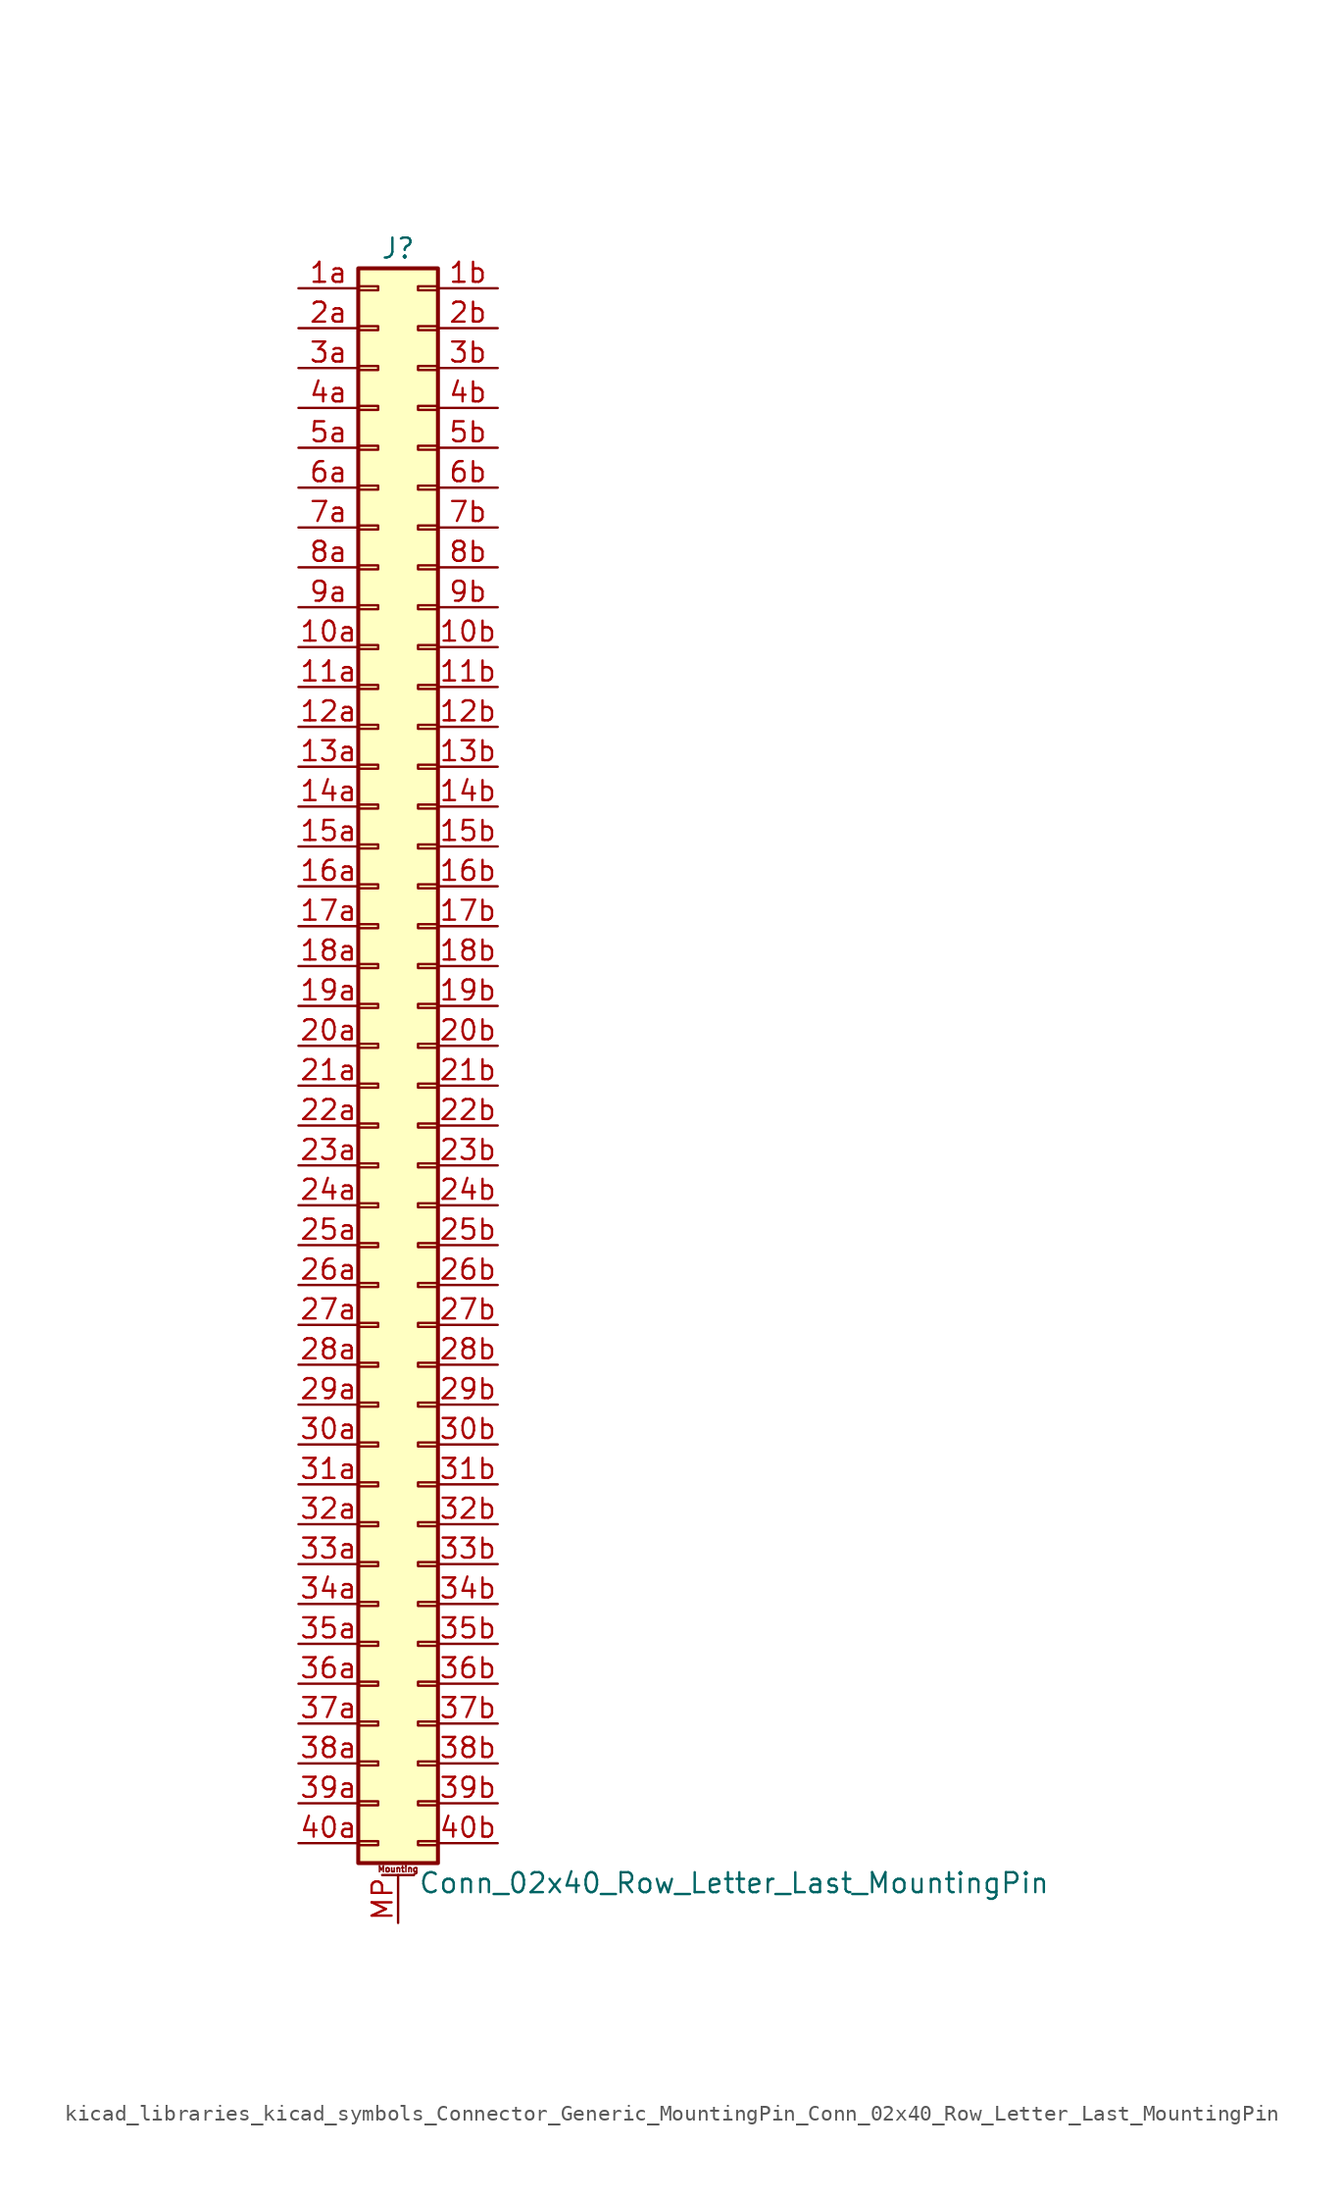
<source format=kicad_sym>
(kicad_symbol_lib
  (version 20220914)
  (generator kicad_symbol_editor)
  (symbol "kicad_libraries_kicad_symbols_Connector_Generic_MountingPin_Conn_02x40_Row_Letter_Last_MountingPin"
    (pin_names
      (offset 1.016) hide)
    (property "Reference" "J"
      (at 1.27 50.8 0)
      (effects (font (size 1.27 1.27))))
    (property "Value" "Conn_02x40_Row_Letter_Last_MountingPin"
      (at 2.54 -53.34 0)
      (effects (font (size 1.27 1.27)) (justify left)))
    (symbol "kicad_libraries_kicad_symbols_Connector_Generic_MountingPin_Conn_02x40_Row_Letter_Last_MountingPin_1_1"
      (rectangle (start -1.27 -50.673) (end 0 -50.927) (stroke (width 0.152) (type default)) (fill (type none)))
      (rectangle (start -1.27 -48.133) (end 0 -48.387) (stroke (width 0.152) (type default)) (fill (type none)))
      (rectangle (start -1.27 -45.593) (end 0 -45.847) (stroke (width 0.152) (type default)) (fill (type none)))
      (rectangle (start -1.27 -43.053) (end 0 -43.307) (stroke (width 0.152) (type default)) (fill (type none)))
      (rectangle (start -1.27 -40.513) (end 0 -40.767) (stroke (width 0.152) (type default)) (fill (type none)))
      (rectangle (start -1.27 -37.973) (end 0 -38.227) (stroke (width 0.152) (type default)) (fill (type none)))
      (rectangle (start -1.27 -35.433) (end 0 -35.687) (stroke (width 0.152) (type default)) (fill (type none)))
      (rectangle (start -1.27 -32.893) (end 0 -33.147) (stroke (width 0.152) (type default)) (fill (type none)))
      (rectangle (start -1.27 -30.353) (end 0 -30.607) (stroke (width 0.152) (type default)) (fill (type none)))
      (rectangle (start -1.27 -27.813) (end 0 -28.067) (stroke (width 0.152) (type default)) (fill (type none)))
      (rectangle (start -1.27 -25.273) (end 0 -25.527) (stroke (width 0.152) (type default)) (fill (type none)))
      (rectangle (start -1.27 -22.733) (end 0 -22.987) (stroke (width 0.152) (type default)) (fill (type none)))
      (rectangle (start -1.27 -20.193) (end 0 -20.447) (stroke (width 0.152) (type default)) (fill (type none)))
      (rectangle (start -1.27 -17.653) (end 0 -17.907) (stroke (width 0.152) (type default)) (fill (type none)))
      (rectangle (start -1.27 -15.113) (end 0 -15.367) (stroke (width 0.152) (type default)) (fill (type none)))
      (rectangle (start -1.27 -12.573) (end 0 -12.827) (stroke (width 0.152) (type default)) (fill (type none)))
      (rectangle (start -1.27 -10.033) (end 0 -10.287) (stroke (width 0.152) (type default)) (fill (type none)))
      (rectangle (start -1.27 -7.493) (end 0 -7.747) (stroke (width 0.152) (type default)) (fill (type none)))
      (rectangle (start -1.27 -4.953) (end 0 -5.207) (stroke (width 0.152) (type default)) (fill (type none)))
      (rectangle (start -1.27 -2.413) (end 0 -2.667) (stroke (width 0.152) (type default)) (fill (type none)))
      (rectangle (start -1.27 0.127) (end 0 -0.127) (stroke (width 0.152) (type default)) (fill (type none)))
      (rectangle (start -1.27 2.667) (end 0 2.413) (stroke (width 0.152) (type default)) (fill (type none)))
      (rectangle (start -1.27 5.207) (end 0 4.953) (stroke (width 0.152) (type default)) (fill (type none)))
      (rectangle (start -1.27 7.747) (end 0 7.493) (stroke (width 0.152) (type default)) (fill (type none)))
      (rectangle (start -1.27 10.287) (end 0 10.033) (stroke (width 0.152) (type default)) (fill (type none)))
      (rectangle (start -1.27 12.827) (end 0 12.573) (stroke (width 0.152) (type default)) (fill (type none)))
      (rectangle (start -1.27 15.367) (end 0 15.113) (stroke (width 0.152) (type default)) (fill (type none)))
      (rectangle (start -1.27 17.907) (end 0 17.653) (stroke (width 0.152) (type default)) (fill (type none)))
      (rectangle (start -1.27 20.447) (end 0 20.193) (stroke (width 0.152) (type default)) (fill (type none)))
      (rectangle (start -1.27 22.987) (end 0 22.733) (stroke (width 0.152) (type default)) (fill (type none)))
      (rectangle (start -1.27 25.527) (end 0 25.273) (stroke (width 0.152) (type default)) (fill (type none)))
      (rectangle (start -1.27 28.067) (end 0 27.813) (stroke (width 0.152) (type default)) (fill (type none)))
      (rectangle (start -1.27 30.607) (end 0 30.353) (stroke (width 0.152) (type default)) (fill (type none)))
      (rectangle (start -1.27 33.147) (end 0 32.893) (stroke (width 0.152) (type default)) (fill (type none)))
      (rectangle (start -1.27 35.687) (end 0 35.433) (stroke (width 0.152) (type default)) (fill (type none)))
      (rectangle (start -1.27 38.227) (end 0 37.973) (stroke (width 0.152) (type default)) (fill (type none)))
      (rectangle (start -1.27 40.767) (end 0 40.513) (stroke (width 0.152) (type default)) (fill (type none)))
      (rectangle (start -1.27 43.307) (end 0 43.053) (stroke (width 0.152) (type default)) (fill (type none)))
      (rectangle (start -1.27 45.847) (end 0 45.593) (stroke (width 0.152) (type default)) (fill (type none)))
      (rectangle (start -1.27 48.387) (end 0 48.133) (stroke (width 0.152) (type default)) (fill (type none)))
      (rectangle (start -1.27 49.53) (end 3.81 -52.07) (stroke (width 0.254) (type default)) (fill (type background)))
      (polyline (pts (xy 0.254 -52.832) (xy 2.286 -52.832)) (stroke (width 0.152) (type default)) (fill (type none)))
      (rectangle (start 3.81 -50.673) (end 2.54 -50.927) (stroke (width 0.152) (type default)) (fill (type none)))
      (rectangle (start 3.81 -48.133) (end 2.54 -48.387) (stroke (width 0.152) (type default)) (fill (type none)))
      (rectangle (start 3.81 -45.593) (end 2.54 -45.847) (stroke (width 0.152) (type default)) (fill (type none)))
      (rectangle (start 3.81 -43.053) (end 2.54 -43.307) (stroke (width 0.152) (type default)) (fill (type none)))
      (rectangle (start 3.81 -40.513) (end 2.54 -40.767) (stroke (width 0.152) (type default)) (fill (type none)))
      (rectangle (start 3.81 -37.973) (end 2.54 -38.227) (stroke (width 0.152) (type default)) (fill (type none)))
      (rectangle (start 3.81 -35.433) (end 2.54 -35.687) (stroke (width 0.152) (type default)) (fill (type none)))
      (rectangle (start 3.81 -32.893) (end 2.54 -33.147) (stroke (width 0.152) (type default)) (fill (type none)))
      (rectangle (start 3.81 -30.353) (end 2.54 -30.607) (stroke (width 0.152) (type default)) (fill (type none)))
      (rectangle (start 3.81 -27.813) (end 2.54 -28.067) (stroke (width 0.152) (type default)) (fill (type none)))
      (rectangle (start 3.81 -25.273) (end 2.54 -25.527) (stroke (width 0.152) (type default)) (fill (type none)))
      (rectangle (start 3.81 -22.733) (end 2.54 -22.987) (stroke (width 0.152) (type default)) (fill (type none)))
      (rectangle (start 3.81 -20.193) (end 2.54 -20.447) (stroke (width 0.152) (type default)) (fill (type none)))
      (rectangle (start 3.81 -17.653) (end 2.54 -17.907) (stroke (width 0.152) (type default)) (fill (type none)))
      (rectangle (start 3.81 -15.113) (end 2.54 -15.367) (stroke (width 0.152) (type default)) (fill (type none)))
      (rectangle (start 3.81 -12.573) (end 2.54 -12.827) (stroke (width 0.152) (type default)) (fill (type none)))
      (rectangle (start 3.81 -10.033) (end 2.54 -10.287) (stroke (width 0.152) (type default)) (fill (type none)))
      (rectangle (start 3.81 -7.493) (end 2.54 -7.747) (stroke (width 0.152) (type default)) (fill (type none)))
      (rectangle (start 3.81 -4.953) (end 2.54 -5.207) (stroke (width 0.152) (type default)) (fill (type none)))
      (rectangle (start 3.81 -2.413) (end 2.54 -2.667) (stroke (width 0.152) (type default)) (fill (type none)))
      (rectangle (start 3.81 0.127) (end 2.54 -0.127) (stroke (width 0.152) (type default)) (fill (type none)))
      (rectangle (start 3.81 2.667) (end 2.54 2.413) (stroke (width 0.152) (type default)) (fill (type none)))
      (rectangle (start 3.81 5.207) (end 2.54 4.953) (stroke (width 0.152) (type default)) (fill (type none)))
      (rectangle (start 3.81 7.747) (end 2.54 7.493) (stroke (width 0.152) (type default)) (fill (type none)))
      (rectangle (start 3.81 10.287) (end 2.54 10.033) (stroke (width 0.152) (type default)) (fill (type none)))
      (rectangle (start 3.81 12.827) (end 2.54 12.573) (stroke (width 0.152) (type default)) (fill (type none)))
      (rectangle (start 3.81 15.367) (end 2.54 15.113) (stroke (width 0.152) (type default)) (fill (type none)))
      (rectangle (start 3.81 17.907) (end 2.54 17.653) (stroke (width 0.152) (type default)) (fill (type none)))
      (rectangle (start 3.81 20.447) (end 2.54 20.193) (stroke (width 0.152) (type default)) (fill (type none)))
      (rectangle (start 3.81 22.987) (end 2.54 22.733) (stroke (width 0.152) (type default)) (fill (type none)))
      (rectangle (start 3.81 25.527) (end 2.54 25.273) (stroke (width 0.152) (type default)) (fill (type none)))
      (rectangle (start 3.81 28.067) (end 2.54 27.813) (stroke (width 0.152) (type default)) (fill (type none)))
      (rectangle (start 3.81 30.607) (end 2.54 30.353) (stroke (width 0.152) (type default)) (fill (type none)))
      (rectangle (start 3.81 33.147) (end 2.54 32.893) (stroke (width 0.152) (type default)) (fill (type none)))
      (rectangle (start 3.81 35.687) (end 2.54 35.433) (stroke (width 0.152) (type default)) (fill (type none)))
      (rectangle (start 3.81 38.227) (end 2.54 37.973) (stroke (width 0.152) (type default)) (fill (type none)))
      (rectangle (start 3.81 40.767) (end 2.54 40.513) (stroke (width 0.152) (type default)) (fill (type none)))
      (rectangle (start 3.81 43.307) (end 2.54 43.053) (stroke (width 0.152) (type default)) (fill (type none)))
      (rectangle (start 3.81 45.847) (end 2.54 45.593) (stroke (width 0.152) (type default)) (fill (type none)))
      (rectangle (start 3.81 48.387) (end 2.54 48.133) (stroke (width 0.152) (type default)) (fill (type none)))
      (text "Mounting" (at 1.27 -52.451 0) (effects (font (size 0.381 0.381))))
      (pin passive line (at -5.08 25.4 0) (length 3.81) (name "Pin_10a" (effects (font (size 1.27 1.27)))) (number "10a" (effects (font (size 1.27 1.27)))))
      (pin passive line (at 7.62 25.4 180) (length 3.81) (name "Pin_10b" (effects (font (size 1.27 1.27)))) (number "10b" (effects (font (size 1.27 1.27)))))
      (pin passive line (at -5.08 22.86 0) (length 3.81) (name "Pin_11a" (effects (font (size 1.27 1.27)))) (number "11a" (effects (font (size 1.27 1.27)))))
      (pin passive line (at 7.62 22.86 180) (length 3.81) (name "Pin_11b" (effects (font (size 1.27 1.27)))) (number "11b" (effects (font (size 1.27 1.27)))))
      (pin passive line (at -5.08 20.32 0) (length 3.81) (name "Pin_12a" (effects (font (size 1.27 1.27)))) (number "12a" (effects (font (size 1.27 1.27)))))
      (pin passive line (at 7.62 20.32 180) (length 3.81) (name "Pin_12b" (effects (font (size 1.27 1.27)))) (number "12b" (effects (font (size 1.27 1.27)))))
      (pin passive line (at -5.08 17.78 0) (length 3.81) (name "Pin_13a" (effects (font (size 1.27 1.27)))) (number "13a" (effects (font (size 1.27 1.27)))))
      (pin passive line (at 7.62 17.78 180) (length 3.81) (name "Pin_13b" (effects (font (size 1.27 1.27)))) (number "13b" (effects (font (size 1.27 1.27)))))
      (pin passive line (at -5.08 15.24 0) (length 3.81) (name "Pin_14a" (effects (font (size 1.27 1.27)))) (number "14a" (effects (font (size 1.27 1.27)))))
      (pin passive line (at 7.62 15.24 180) (length 3.81) (name "Pin_14b" (effects (font (size 1.27 1.27)))) (number "14b" (effects (font (size 1.27 1.27)))))
      (pin passive line (at -5.08 12.7 0) (length 3.81) (name "Pin_15a" (effects (font (size 1.27 1.27)))) (number "15a" (effects (font (size 1.27 1.27)))))
      (pin passive line (at 7.62 12.7 180) (length 3.81) (name "Pin_15b" (effects (font (size 1.27 1.27)))) (number "15b" (effects (font (size 1.27 1.27)))))
      (pin passive line (at -5.08 10.16 0) (length 3.81) (name "Pin_16a" (effects (font (size 1.27 1.27)))) (number "16a" (effects (font (size 1.27 1.27)))))
      (pin passive line (at 7.62 10.16 180) (length 3.81) (name "Pin_16b" (effects (font (size 1.27 1.27)))) (number "16b" (effects (font (size 1.27 1.27)))))
      (pin passive line (at -5.08 7.62 0) (length 3.81) (name "Pin_17a" (effects (font (size 1.27 1.27)))) (number "17a" (effects (font (size 1.27 1.27)))))
      (pin passive line (at 7.62 7.62 180) (length 3.81) (name "Pin_17b" (effects (font (size 1.27 1.27)))) (number "17b" (effects (font (size 1.27 1.27)))))
      (pin passive line (at -5.08 5.08 0) (length 3.81) (name "Pin_18a" (effects (font (size 1.27 1.27)))) (number "18a" (effects (font (size 1.27 1.27)))))
      (pin passive line (at 7.62 5.08 180) (length 3.81) (name "Pin_18b" (effects (font (size 1.27 1.27)))) (number "18b" (effects (font (size 1.27 1.27)))))
      (pin passive line (at -5.08 2.54 0) (length 3.81) (name "Pin_19a" (effects (font (size 1.27 1.27)))) (number "19a" (effects (font (size 1.27 1.27)))))
      (pin passive line (at 7.62 2.54 180) (length 3.81) (name "Pin_19b" (effects (font (size 1.27 1.27)))) (number "19b" (effects (font (size 1.27 1.27)))))
      (pin passive line (at -5.08 48.26 0) (length 3.81) (name "Pin_1a" (effects (font (size 1.27 1.27)))) (number "1a" (effects (font (size 1.27 1.27)))))
      (pin passive line (at 7.62 48.26 180) (length 3.81) (name "Pin_1b" (effects (font (size 1.27 1.27)))) (number "1b" (effects (font (size 1.27 1.27)))))
      (pin passive line (at -5.08 0 0) (length 3.81) (name "Pin_20a" (effects (font (size 1.27 1.27)))) (number "20a" (effects (font (size 1.27 1.27)))))
      (pin passive line (at 7.62 0 180) (length 3.81) (name "Pin_20b" (effects (font (size 1.27 1.27)))) (number "20b" (effects (font (size 1.27 1.27)))))
      (pin passive line (at -5.08 -2.54 0) (length 3.81) (name "Pin_21a" (effects (font (size 1.27 1.27)))) (number "21a" (effects (font (size 1.27 1.27)))))
      (pin passive line (at 7.62 -2.54 180) (length 3.81) (name "Pin_21b" (effects (font (size 1.27 1.27)))) (number "21b" (effects (font (size 1.27 1.27)))))
      (pin passive line (at -5.08 -5.08 0) (length 3.81) (name "Pin_22a" (effects (font (size 1.27 1.27)))) (number "22a" (effects (font (size 1.27 1.27)))))
      (pin passive line (at 7.62 -5.08 180) (length 3.81) (name "Pin_22b" (effects (font (size 1.27 1.27)))) (number "22b" (effects (font (size 1.27 1.27)))))
      (pin passive line (at -5.08 -7.62 0) (length 3.81) (name "Pin_23a" (effects (font (size 1.27 1.27)))) (number "23a" (effects (font (size 1.27 1.27)))))
      (pin passive line (at 7.62 -7.62 180) (length 3.81) (name "Pin_23b" (effects (font (size 1.27 1.27)))) (number "23b" (effects (font (size 1.27 1.27)))))
      (pin passive line (at -5.08 -10.16 0) (length 3.81) (name "Pin_24a" (effects (font (size 1.27 1.27)))) (number "24a" (effects (font (size 1.27 1.27)))))
      (pin passive line (at 7.62 -10.16 180) (length 3.81) (name "Pin_24b" (effects (font (size 1.27 1.27)))) (number "24b" (effects (font (size 1.27 1.27)))))
      (pin passive line (at -5.08 -12.7 0) (length 3.81) (name "Pin_25a" (effects (font (size 1.27 1.27)))) (number "25a" (effects (font (size 1.27 1.27)))))
      (pin passive line (at 7.62 -12.7 180) (length 3.81) (name "Pin_25b" (effects (font (size 1.27 1.27)))) (number "25b" (effects (font (size 1.27 1.27)))))
      (pin passive line (at -5.08 -15.24 0) (length 3.81) (name "Pin_26a" (effects (font (size 1.27 1.27)))) (number "26a" (effects (font (size 1.27 1.27)))))
      (pin passive line (at 7.62 -15.24 180) (length 3.81) (name "Pin_26b" (effects (font (size 1.27 1.27)))) (number "26b" (effects (font (size 1.27 1.27)))))
      (pin passive line (at -5.08 -17.78 0) (length 3.81) (name "Pin_27a" (effects (font (size 1.27 1.27)))) (number "27a" (effects (font (size 1.27 1.27)))))
      (pin passive line (at 7.62 -17.78 180) (length 3.81) (name "Pin_27b" (effects (font (size 1.27 1.27)))) (number "27b" (effects (font (size 1.27 1.27)))))
      (pin passive line (at -5.08 -20.32 0) (length 3.81) (name "Pin_28a" (effects (font (size 1.27 1.27)))) (number "28a" (effects (font (size 1.27 1.27)))))
      (pin passive line (at 7.62 -20.32 180) (length 3.81) (name "Pin_28b" (effects (font (size 1.27 1.27)))) (number "28b" (effects (font (size 1.27 1.27)))))
      (pin passive line (at -5.08 -22.86 0) (length 3.81) (name "Pin_29a" (effects (font (size 1.27 1.27)))) (number "29a" (effects (font (size 1.27 1.27)))))
      (pin passive line (at 7.62 -22.86 180) (length 3.81) (name "Pin_29b" (effects (font (size 1.27 1.27)))) (number "29b" (effects (font (size 1.27 1.27)))))
      (pin passive line (at -5.08 45.72 0) (length 3.81) (name "Pin_2a" (effects (font (size 1.27 1.27)))) (number "2a" (effects (font (size 1.27 1.27)))))
      (pin passive line (at 7.62 45.72 180) (length 3.81) (name "Pin_2b" (effects (font (size 1.27 1.27)))) (number "2b" (effects (font (size 1.27 1.27)))))
      (pin passive line (at -5.08 -25.4 0) (length 3.81) (name "Pin_30a" (effects (font (size 1.27 1.27)))) (number "30a" (effects (font (size 1.27 1.27)))))
      (pin passive line (at 7.62 -25.4 180) (length 3.81) (name "Pin_30b" (effects (font (size 1.27 1.27)))) (number "30b" (effects (font (size 1.27 1.27)))))
      (pin passive line (at -5.08 -27.94 0) (length 3.81) (name "Pin_31a" (effects (font (size 1.27 1.27)))) (number "31a" (effects (font (size 1.27 1.27)))))
      (pin passive line (at 7.62 -27.94 180) (length 3.81) (name "Pin_31b" (effects (font (size 1.27 1.27)))) (number "31b" (effects (font (size 1.27 1.27)))))
      (pin passive line (at -5.08 -30.48 0) (length 3.81) (name "Pin_32a" (effects (font (size 1.27 1.27)))) (number "32a" (effects (font (size 1.27 1.27)))))
      (pin passive line (at 7.62 -30.48 180) (length 3.81) (name "Pin_32b" (effects (font (size 1.27 1.27)))) (number "32b" (effects (font (size 1.27 1.27)))))
      (pin passive line (at -5.08 -33.02 0) (length 3.81) (name "Pin_33a" (effects (font (size 1.27 1.27)))) (number "33a" (effects (font (size 1.27 1.27)))))
      (pin passive line (at 7.62 -33.02 180) (length 3.81) (name "Pin_33b" (effects (font (size 1.27 1.27)))) (number "33b" (effects (font (size 1.27 1.27)))))
      (pin passive line (at -5.08 -35.56 0) (length 3.81) (name "Pin_34a" (effects (font (size 1.27 1.27)))) (number "34a" (effects (font (size 1.27 1.27)))))
      (pin passive line (at 7.62 -35.56 180) (length 3.81) (name "Pin_34b" (effects (font (size 1.27 1.27)))) (number "34b" (effects (font (size 1.27 1.27)))))
      (pin passive line (at -5.08 -38.1 0) (length 3.81) (name "Pin_35a" (effects (font (size 1.27 1.27)))) (number "35a" (effects (font (size 1.27 1.27)))))
      (pin passive line (at 7.62 -38.1 180) (length 3.81) (name "Pin_35b" (effects (font (size 1.27 1.27)))) (number "35b" (effects (font (size 1.27 1.27)))))
      (pin passive line (at -5.08 -40.64 0) (length 3.81) (name "Pin_36a" (effects (font (size 1.27 1.27)))) (number "36a" (effects (font (size 1.27 1.27)))))
      (pin passive line (at 7.62 -40.64 180) (length 3.81) (name "Pin_36b" (effects (font (size 1.27 1.27)))) (number "36b" (effects (font (size 1.27 1.27)))))
      (pin passive line (at -5.08 -43.18 0) (length 3.81) (name "Pin_37a" (effects (font (size 1.27 1.27)))) (number "37a" (effects (font (size 1.27 1.27)))))
      (pin passive line (at 7.62 -43.18 180) (length 3.81) (name "Pin_37b" (effects (font (size 1.27 1.27)))) (number "37b" (effects (font (size 1.27 1.27)))))
      (pin passive line (at -5.08 -45.72 0) (length 3.81) (name "Pin_38a" (effects (font (size 1.27 1.27)))) (number "38a" (effects (font (size 1.27 1.27)))))
      (pin passive line (at 7.62 -45.72 180) (length 3.81) (name "Pin_38b" (effects (font (size 1.27 1.27)))) (number "38b" (effects (font (size 1.27 1.27)))))
      (pin passive line (at -5.08 -48.26 0) (length 3.81) (name "Pin_39a" (effects (font (size 1.27 1.27)))) (number "39a" (effects (font (size 1.27 1.27)))))
      (pin passive line (at 7.62 -48.26 180) (length 3.81) (name "Pin_39b" (effects (font (size 1.27 1.27)))) (number "39b" (effects (font (size 1.27 1.27)))))
      (pin passive line (at -5.08 43.18 0) (length 3.81) (name "Pin_3a" (effects (font (size 1.27 1.27)))) (number "3a" (effects (font (size 1.27 1.27)))))
      (pin passive line (at 7.62 43.18 180) (length 3.81) (name "Pin_3b" (effects (font (size 1.27 1.27)))) (number "3b" (effects (font (size 1.27 1.27)))))
      (pin passive line (at -5.08 -50.8 0) (length 3.81) (name "Pin_40a" (effects (font (size 1.27 1.27)))) (number "40a" (effects (font (size 1.27 1.27)))))
      (pin passive line (at 7.62 -50.8 180) (length 3.81) (name "Pin_40b" (effects (font (size 1.27 1.27)))) (number "40b" (effects (font (size 1.27 1.27)))))
      (pin passive line (at -5.08 40.64 0) (length 3.81) (name "Pin_4a" (effects (font (size 1.27 1.27)))) (number "4a" (effects (font (size 1.27 1.27)))))
      (pin passive line (at 7.62 40.64 180) (length 3.81) (name "Pin_4b" (effects (font (size 1.27 1.27)))) (number "4b" (effects (font (size 1.27 1.27)))))
      (pin passive line (at -5.08 38.1 0) (length 3.81) (name "Pin_5a" (effects (font (size 1.27 1.27)))) (number "5a" (effects (font (size 1.27 1.27)))))
      (pin passive line (at 7.62 38.1 180) (length 3.81) (name "Pin_5b" (effects (font (size 1.27 1.27)))) (number "5b" (effects (font (size 1.27 1.27)))))
      (pin passive line (at -5.08 35.56 0) (length 3.81) (name "Pin_6a" (effects (font (size 1.27 1.27)))) (number "6a" (effects (font (size 1.27 1.27)))))
      (pin passive line (at 7.62 35.56 180) (length 3.81) (name "Pin_6b" (effects (font (size 1.27 1.27)))) (number "6b" (effects (font (size 1.27 1.27)))))
      (pin passive line (at -5.08 33.02 0) (length 3.81) (name "Pin_7a" (effects (font (size 1.27 1.27)))) (number "7a" (effects (font (size 1.27 1.27)))))
      (pin passive line (at 7.62 33.02 180) (length 3.81) (name "Pin_7b" (effects (font (size 1.27 1.27)))) (number "7b" (effects (font (size 1.27 1.27)))))
      (pin passive line (at -5.08 30.48 0) (length 3.81) (name "Pin_8a" (effects (font (size 1.27 1.27)))) (number "8a" (effects (font (size 1.27 1.27)))))
      (pin passive line (at 7.62 30.48 180) (length 3.81) (name "Pin_8b" (effects (font (size 1.27 1.27)))) (number "8b" (effects (font (size 1.27 1.27)))))
      (pin passive line (at -5.08 27.94 0) (length 3.81) (name "Pin_9a" (effects (font (size 1.27 1.27)))) (number "9a" (effects (font (size 1.27 1.27)))))
      (pin passive line (at 7.62 27.94 180) (length 3.81) (name "Pin_9b" (effects (font (size 1.27 1.27)))) (number "9b" (effects (font (size 1.27 1.27)))))
      (pin passive line (at 1.27 -55.88 90) (length 3.048) (name "MountPin" (effects (font (size 1.27 1.27)))) (number "MP" (effects (font (size 1.27 1.27))))))))
</source>
